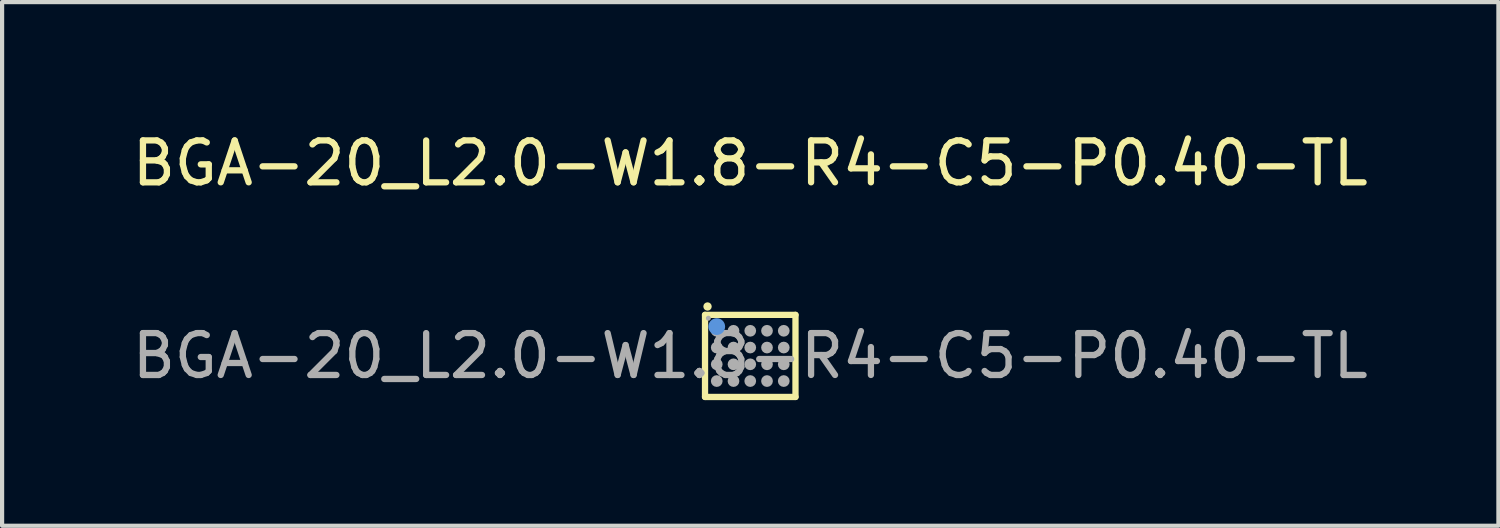
<source format=kicad_pcb>
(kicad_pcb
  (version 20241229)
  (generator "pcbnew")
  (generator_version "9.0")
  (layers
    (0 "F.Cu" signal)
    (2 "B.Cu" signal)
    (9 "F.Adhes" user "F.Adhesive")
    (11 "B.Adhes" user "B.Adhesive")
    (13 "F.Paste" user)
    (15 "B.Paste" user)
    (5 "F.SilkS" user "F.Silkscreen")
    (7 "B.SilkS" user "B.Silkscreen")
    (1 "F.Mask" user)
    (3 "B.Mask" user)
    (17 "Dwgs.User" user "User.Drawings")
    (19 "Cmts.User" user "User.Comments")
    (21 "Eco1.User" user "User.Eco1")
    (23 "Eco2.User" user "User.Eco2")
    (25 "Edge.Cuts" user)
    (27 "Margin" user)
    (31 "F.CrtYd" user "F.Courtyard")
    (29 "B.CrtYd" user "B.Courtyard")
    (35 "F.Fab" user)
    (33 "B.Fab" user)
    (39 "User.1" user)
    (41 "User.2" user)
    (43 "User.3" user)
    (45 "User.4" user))
  (footprint "BGA-20_L2.0-W1.8-R4-C5-P0.40-TL"
    (layer "F.Cu")
    (at 14.863 5.448)
    (property "Reference" "BGA-20_L2.0-W1.8-R4-C5-P0.40-TL" (at 0 -4.6 0) (layer "F.SilkS") (effects (font (size 1 1) (thickness 0.15))))
    (attr through_hole)
    (fp_line (start -1.08 -0.98) (end 1.08 -0.98) (stroke (width 0.15) (type solid)) (layer "F.SilkS"))
    (fp_line (start -1.08 0.98) (end -1.08 -0.98) (stroke (width 0.15) (type solid)) (layer "F.SilkS"))
    (fp_line (start 1.08 -0.98) (end 1.08 0.98) (stroke (width 0.15) (type solid)) (layer "F.SilkS"))
    (fp_line (start 1.08 0.98) (end -1.08 0.98) (stroke (width 0.15) (type solid)) (layer "F.SilkS"))
    (fp_circle (center -1.02 -1.18) (end -0.97 -1.18) (stroke (width 0.1) (type solid)) (fill no) (layer "F.SilkS"))
    (fp_circle (center -0.8 -0.7) (end -0.7 -0.7) (stroke (width 0.2) (type solid)) (fill no) (layer "Cmts.User"))
    (fp_circle (center -1 -0.9) (end -0.97 -0.9) (stroke (width 0.06) (type solid)) (fill no) (layer "F.Fab"))
    (fp_circle (center -0.8 -0.6) (end -0.73 -0.6) (stroke (width 0.14) (type solid)) (fill no) (layer "F.Fab"))
    (fp_circle (center -0.8 -0.2) (end -0.73 -0.2) (stroke (width 0.14) (type solid)) (fill no) (layer "F.Fab"))
    (fp_circle (center -0.8 0.2) (end -0.73 0.2) (stroke (width 0.14) (type solid)) (fill no) (layer "F.Fab"))
    (fp_circle (center -0.8 0.6) (end -0.73 0.6) (stroke (width 0.14) (type solid)) (fill no) (layer "F.Fab"))
    (fp_circle (center -0.4 -0.6) (end -0.33 -0.6) (stroke (width 0.14) (type solid)) (fill no) (layer "F.Fab"))
    (fp_circle (center -0.4 -0.2) (end -0.33 -0.2) (stroke (width 0.14) (type solid)) (fill no) (layer "F.Fab"))
    (fp_circle (center -0.4 0.2) (end -0.33 0.2) (stroke (width 0.14) (type solid)) (fill no) (layer "F.Fab"))
    (fp_circle (center -0.4 0.6) (end -0.33 0.6) (stroke (width 0.14) (type solid)) (fill no) (layer "F.Fab"))
    (fp_circle (center 0 -0.6) (end 0.07 -0.6) (stroke (width 0.14) (type solid)) (fill no) (layer "F.Fab"))
    (fp_circle (center 0 -0.2) (end 0.07 -0.2) (stroke (width 0.14) (type solid)) (fill no) (layer "F.Fab"))
    (fp_circle (center 0 0.2) (end 0.07 0.2) (stroke (width 0.14) (type solid)) (fill no) (layer "F.Fab"))
    (fp_circle (center 0 0.6) (end 0.07 0.6) (stroke (width 0.14) (type solid)) (fill no) (layer "F.Fab"))
    (fp_circle (center 0.4 -0.6) (end 0.47 -0.6) (stroke (width 0.14) (type solid)) (fill no) (layer "F.Fab"))
    (fp_circle (center 0.4 -0.2) (end 0.47 -0.2) (stroke (width 0.14) (type solid)) (fill no) (layer "F.Fab"))
    (fp_circle (center 0.4 0.2) (end 0.47 0.2) (stroke (width 0.14) (type solid)) (fill no) (layer "F.Fab"))
    (fp_circle (center 0.4 0.6) (end 0.47 0.6) (stroke (width 0.14) (type solid)) (fill no) (layer "F.Fab"))
    (fp_circle (center 0.8 -0.6) (end 0.87 -0.6) (stroke (width 0.14) (type solid)) (fill no) (layer "F.Fab"))
    (fp_circle (center 0.8 -0.2) (end 0.87 -0.2) (stroke (width 0.14) (type solid)) (fill no) (layer "F.Fab"))
    (fp_circle (center 0.8 0.2) (end 0.87 0.2) (stroke (width 0.14) (type solid)) (fill no) (layer "F.Fab"))
    (fp_circle (center 0.8 0.6) (end 0.87 0.6) (stroke (width 0.14) (type solid)) (fill no) (layer "F.Fab"))
    (fp_text user "${REFERENCE}" (at 0 0 0) (layer "F.Fab") (effects (font (size 1 1) (thickness 0.15))))
    (pad "A1" smd circle (at -0.8 -0.6) (size 0.2 0.2) (layers "F.Cu" "F.Mask" "F.Paste"))
    (pad "A2" smd circle (at -0.4 -0.6) (size 0.2 0.2) (layers "F.Cu" "F.Mask" "F.Paste"))
    (pad "A3" smd circle (at 0 -0.6) (size 0.2 0.2) (layers "F.Cu" "F.Mask" "F.Paste"))
    (pad "A4" smd circle (at 0.4 -0.6) (size 0.2 0.2) (layers "F.Cu" "F.Mask" "F.Paste"))
    (pad "A5" smd circle (at 0.8 -0.6) (size 0.2 0.2) (layers "F.Cu" "F.Mask" "F.Paste"))
    (pad "B1" smd circle (at -0.8 -0.2) (size 0.2 0.2) (layers "F.Cu" "F.Mask" "F.Paste"))
    (pad "B2" smd circle (at -0.4 -0.2) (size 0.2 0.2) (layers "F.Cu" "F.Mask" "F.Paste"))
    (pad "B3" smd circle (at 0 -0.2) (size 0.2 0.2) (layers "F.Cu" "F.Mask" "F.Paste"))
    (pad "B4" smd circle (at 0.4 -0.2) (size 0.2 0.2) (layers "F.Cu" "F.Mask" "F.Paste"))
    (pad "B5" smd circle (at 0.8 -0.2) (size 0.2 0.2) (layers "F.Cu" "F.Mask" "F.Paste"))
    (pad "C1" smd circle (at -0.8 0.2) (size 0.2 0.2) (layers "F.Cu" "F.Mask" "F.Paste"))
    (pad "C2" smd circle (at -0.4 0.2) (size 0.2 0.2) (layers "F.Cu" "F.Mask" "F.Paste"))
    (pad "C3" smd circle (at 0 0.2) (size 0.2 0.2) (layers "F.Cu" "F.Mask" "F.Paste"))
    (pad "C4" smd circle (at 0.4 0.2) (size 0.2 0.2) (layers "F.Cu" "F.Mask" "F.Paste"))
    (pad "C5" smd circle (at 0.8 0.2) (size 0.2 0.2) (layers "F.Cu" "F.Mask" "F.Paste"))
    (pad "D1" smd circle (at -0.8 0.6) (size 0.2 0.2) (layers "F.Cu" "F.Mask" "F.Paste"))
    (pad "D2" smd circle (at -0.4 0.6) (size 0.2 0.2) (layers "F.Cu" "F.Mask" "F.Paste"))
    (pad "D3" smd circle (at 0 0.6) (size 0.2 0.2) (layers "F.Cu" "F.Mask" "F.Paste"))
    (pad "D4" smd circle (at 0.4 0.6) (size 0.2 0.2) (layers "F.Cu" "F.Mask" "F.Paste"))
    (pad "D5" smd circle (at 0.8 0.6) (size 0.2 0.2) (layers "F.Cu" "F.Mask" "F.Paste")))
  (gr_rect
    (start -3 -3)
    (end 32.726 9.503)
    (stroke (width 0.1) (type default))
    (fill no)
    (layer "Edge.Cuts")))
</source>
